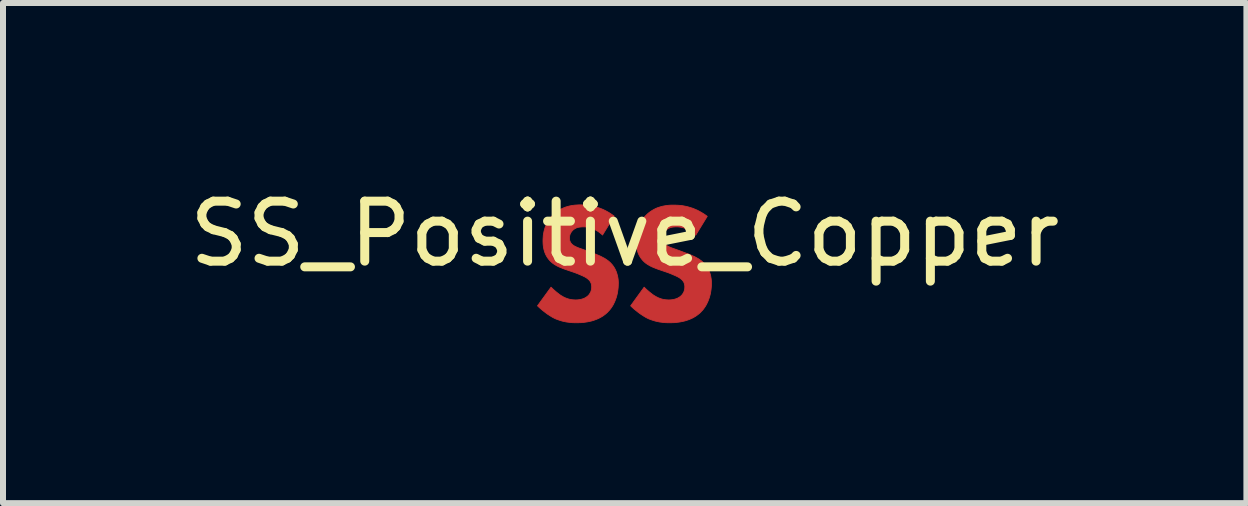
<source format=kicad_pcb>
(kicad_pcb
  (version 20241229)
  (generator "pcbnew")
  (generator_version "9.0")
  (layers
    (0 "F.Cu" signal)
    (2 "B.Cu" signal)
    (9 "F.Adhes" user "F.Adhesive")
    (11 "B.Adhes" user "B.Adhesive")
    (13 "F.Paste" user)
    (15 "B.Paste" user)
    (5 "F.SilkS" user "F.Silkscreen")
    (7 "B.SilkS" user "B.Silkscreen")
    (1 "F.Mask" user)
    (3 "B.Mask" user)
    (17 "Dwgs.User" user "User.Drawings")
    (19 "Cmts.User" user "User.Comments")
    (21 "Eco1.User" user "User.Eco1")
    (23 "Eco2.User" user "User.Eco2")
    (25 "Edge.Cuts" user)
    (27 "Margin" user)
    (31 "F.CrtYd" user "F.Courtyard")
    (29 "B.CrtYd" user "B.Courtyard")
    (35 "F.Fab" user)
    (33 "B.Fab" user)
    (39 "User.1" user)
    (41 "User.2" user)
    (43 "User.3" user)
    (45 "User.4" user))
  (footprint "SS_Positive_Copper"
    (layer "F.Cu")
    (at 7.363 1.348)
    (property "Reference" "SS_Positive_Copper" (at 0 -0.5 0) (unlocked yes) (layer "F.SilkS") (effects (font (size 1 1) (thickness 0.15))))
    (fp_poly (pts (xy -0.681 -0.982) (xy -0.653 -0.98) (xy -0.622 -0.977) (xy -0.591 -0.973) (xy -0.558 -0.968) (xy -0.524 -0.961) (xy -0.488 -0.952) (xy -0.452 -0.941) (xy -0.415 -0.928) (xy -0.376 -0.913) (xy -0.337 -0.895) (xy -0.298 -0.875) (xy -0.258 -0.852) (xy -0.217 -0.825) (xy -0.176 -0.796) (xy -0.37 -0.479) (xy -0.37 -0.482) (xy -0.397 -0.504) (xy -0.422 -0.524) (xy -0.447 -0.542) (xy -0.472 -0.557) (xy -0.495 -0.569) (xy -0.518 -0.58) (xy -0.54 -0.589) (xy -0.561 -0.597) (xy -0.581 -0.603) (xy -0.6 -0.607) (xy -0.618 -0.611) (xy -0.634 -0.613) (xy -0.65 -0.615) (xy -0.664 -0.616) (xy -0.688 -0.616) (xy -0.711 -0.616) (xy -0.723 -0.615) (xy -0.735 -0.614) (xy -0.747 -0.613) (xy -0.759 -0.611) (xy -0.772 -0.609) (xy -0.784 -0.606) (xy -0.796 -0.602) (xy -0.808 -0.598) (xy -0.819 -0.592) (xy -0.83 -0.586) (xy -0.841 -0.579) (xy -0.852 -0.572) (xy -0.857 -0.567) (xy -0.862 -0.563) (xy -0.867 -0.558) (xy -0.871 -0.553) (xy -0.877 -0.547) (xy -0.882 -0.541) (xy -0.886 -0.535) (xy -0.891 -0.529) (xy -0.895 -0.522) (xy -0.899 -0.515) (xy -0.903 -0.508) (xy -0.907 -0.501) (xy -0.91 -0.493) (xy -0.913 -0.485) (xy -0.915 -0.477) (xy -0.917 -0.468) (xy -0.919 -0.46) (xy -0.92 -0.451) (xy -0.921 -0.442) (xy -0.921 -0.433) (xy -0.921 -0.424) (xy -0.92 -0.416) (xy -0.919 -0.408) (xy -0.918 -0.401) (xy -0.917 -0.393) (xy -0.915 -0.386) (xy -0.913 -0.38) (xy -0.91 -0.373) (xy -0.907 -0.367) (xy -0.904 -0.361) (xy -0.901 -0.355) (xy -0.897 -0.349) (xy -0.893 -0.343) (xy -0.888 -0.338) (xy -0.884 -0.332) (xy -0.878 -0.327) (xy -0.87 -0.319) (xy -0.86 -0.312) (xy -0.851 -0.305) (xy -0.84 -0.299) (xy -0.829 -0.293) (xy -0.817 -0.287) (xy -0.804 -0.281) (xy -0.791 -0.275) (xy -0.776 -0.269) (xy -0.761 -0.263) (xy -0.726 -0.251) (xy -0.642 -0.221) (xy -0.501 -0.168) (xy -0.47 -0.156) (xy -0.437 -0.142) (xy -0.403 -0.127) (xy -0.387 -0.119) (xy -0.37 -0.11) (xy -0.353 -0.101) (xy -0.336 -0.092) (xy -0.32 -0.082) (xy -0.304 -0.071) (xy -0.288 -0.06) (xy -0.273 -0.049) (xy -0.258 -0.036) (xy -0.243 -0.023) (xy -0.224 -0.003) (xy -0.206 0.017) (xy -0.19 0.039) (xy -0.176 0.06) (xy -0.163 0.082) (xy -0.152 0.105) (xy -0.142 0.127) (xy -0.134 0.15) (xy -0.127 0.173) (xy -0.121 0.195) (xy -0.116 0.218) (xy -0.112 0.24) (xy -0.109 0.262) (xy -0.107 0.284) (xy -0.106 0.305) (xy -0.106 0.326) (xy -0.107 0.362) (xy -0.109 0.397) (xy -0.113 0.432) (xy -0.118 0.466) (xy -0.124 0.499) (xy -0.132 0.531) (xy -0.141 0.563) (xy -0.152 0.593) (xy -0.163 0.622) (xy -0.176 0.65) (xy -0.189 0.677) (xy -0.204 0.703) (xy -0.22 0.727) (xy -0.236 0.75) (xy -0.254 0.772) (xy -0.272 0.791) (xy -0.287 0.808) (xy -0.304 0.823) (xy -0.32 0.837) (xy -0.337 0.85) (xy -0.354 0.863) (xy -0.372 0.875) (xy -0.408 0.896) (xy -0.444 0.914) (xy -0.481 0.929) (xy -0.517 0.942) (xy -0.554 0.953) (xy -0.59 0.961) (xy -0.625 0.968) (xy -0.66 0.973) (xy -0.692 0.977) (xy -0.724 0.98) (xy -0.753 0.981) (xy -0.804 0.982) (xy -0.829 0.982) (xy -0.854 0.981) (xy -0.878 0.98) (xy -0.903 0.978) (xy -0.926 0.975) (xy -0.95 0.972) (xy -0.973 0.969) (xy -0.997 0.964) (xy -1.02 0.959) (xy -1.043 0.954) (xy -1.065 0.947) (xy -1.088 0.94) (xy -1.111 0.932) (xy -1.133 0.924) (xy -1.156 0.915) (xy -1.178 0.904) (xy -1.196 0.895) (xy -1.215 0.884) (xy -1.233 0.873) (xy -1.252 0.861) (xy -1.27 0.849) (xy -1.289 0.837) (xy -1.325 0.81) (xy -1.361 0.782) (xy -1.394 0.755) (xy -1.425 0.727) (xy -1.454 0.7) (xy -1.228 0.389) (xy -1.208 0.408) (xy -1.187 0.428) (xy -1.164 0.448) (xy -1.141 0.468) (xy -1.117 0.487) (xy -1.094 0.505) (xy -1.083 0.513) (xy -1.072 0.521) (xy -1.062 0.528) (xy -1.051 0.534) (xy -1.037 0.542) (xy -1.024 0.55) (xy -1.01 0.557) (xy -0.996 0.564) (xy -0.981 0.57) (xy -0.967 0.575) (xy -0.953 0.58) (xy -0.938 0.585) (xy -0.924 0.589) (xy -0.909 0.592) (xy -0.894 0.595) (xy -0.879 0.597) (xy -0.863 0.599) (xy -0.847 0.6) (xy -0.831 0.601) (xy -0.815 0.601) (xy -0.804 0.601) (xy -0.793 0.6) (xy -0.781 0.6) (xy -0.769 0.598) (xy -0.757 0.597) (xy -0.744 0.595) (xy -0.732 0.592) (xy -0.719 0.589) (xy -0.706 0.585) (xy -0.693 0.581) (xy -0.68 0.576) (xy -0.667 0.57) (xy -0.654 0.563) (xy -0.642 0.555) (xy -0.63 0.547) (xy -0.617 0.537) (xy -0.611 0.531) (xy -0.604 0.525) (xy -0.598 0.518) (xy -0.592 0.51) (xy -0.586 0.502) (xy -0.581 0.494) (xy -0.576 0.485) (xy -0.571 0.476) (xy -0.566 0.467) (xy -0.562 0.456) (xy -0.559 0.446) (xy -0.557 0.44) (xy -0.556 0.435) (xy -0.555 0.429) (xy -0.554 0.423) (xy -0.553 0.417) (xy -0.552 0.411) (xy -0.551 0.405) (xy -0.551 0.399) (xy -0.551 0.392) (xy -0.55 0.386) (xy -0.551 0.374) (xy -0.552 0.363) (xy -0.553 0.353) (xy -0.555 0.343) (xy -0.557 0.333) (xy -0.56 0.324) (xy -0.564 0.315) (xy -0.568 0.307) (xy -0.572 0.299) (xy -0.577 0.291) (xy -0.582 0.284) (xy -0.588 0.277) (xy -0.594 0.27) (xy -0.6 0.264) (xy -0.607 0.258) (xy -0.614 0.252) (xy -0.624 0.244) (xy -0.635 0.236) (xy -0.648 0.228) (xy -0.661 0.22) (xy -0.676 0.213) (xy -0.691 0.205) (xy -0.722 0.191) (xy -0.753 0.178) (xy -0.783 0.165) (xy -0.833 0.146) (xy -0.988 0.093) (xy -1.022 0.081) (xy -1.056 0.067) (xy -1.091 0.053) (xy -1.108 0.045) (xy -1.125 0.036) (xy -1.142 0.027) (xy -1.159 0.017) (xy -1.175 0.007) (xy -1.191 -0.004) (xy -1.206 -0.015) (xy -1.221 -0.028) (xy -1.235 -0.041) (xy -1.249 -0.055) (xy -1.266 -0.075) (xy -1.282 -0.096) (xy -1.296 -0.117) (xy -1.308 -0.138) (xy -1.319 -0.16) (xy -1.328 -0.181) (xy -1.336 -0.203) (xy -1.342 -0.225) (xy -1.348 -0.246) (xy -1.352 -0.267) (xy -1.356 -0.288) (xy -1.358 -0.308) (xy -1.36 -0.328) (xy -1.361 -0.347) (xy -1.362 -0.383) (xy -1.361 -0.415) (xy -1.359 -0.445) (xy -1.357 -0.476) (xy -1.352 -0.505) (xy -1.347 -0.534) (xy -1.34 -0.562) (xy -1.332 -0.59) (xy -1.323 -0.617) (xy -1.312 -0.643) (xy -1.3 -0.669) (xy -1.287 -0.694) (xy -1.273 -0.718) (xy -1.256 -0.742) (xy -1.239 -0.765) (xy -1.22 -0.788) (xy -1.2 -0.81) (xy -1.174 -0.834) (xy -1.148 -0.856) (xy -1.122 -0.876) (xy -1.095 -0.894) (xy -1.068 -0.91) (xy -1.04 -0.924) (xy -1.011 -0.936) (xy -0.983 -0.947) (xy -0.953 -0.956) (xy -0.923 -0.964) (xy -0.893 -0.97) (xy -0.862 -0.975) (xy -0.831 -0.979) (xy -0.799 -0.981) (xy -0.767 -0.983) (xy -0.734 -0.983)) (stroke (width 0.013) (type solid)) (fill yes) (layer "F.Cu"))
    (fp_poly (pts (xy 0.871 -0.978) (xy 0.9 -0.976) (xy 0.93 -0.974) (xy 0.961 -0.97) (xy 0.994 -0.964) (xy 1.029 -0.957) (xy 1.064 -0.948) (xy 1.1 -0.937) (xy 1.138 -0.925) (xy 1.176 -0.909) (xy 1.215 -0.892) (xy 1.254 -0.871) (xy 1.294 -0.848) (xy 1.335 -0.822) (xy 1.376 -0.792) (xy 1.182 -0.475) (xy 1.182 -0.482) (xy 1.156 -0.504) (xy 1.13 -0.524) (xy 1.105 -0.542) (xy 1.081 -0.557) (xy 1.057 -0.569) (xy 1.034 -0.58) (xy 1.012 -0.589) (xy 0.991 -0.597) (xy 0.971 -0.603) (xy 0.952 -0.607) (xy 0.934 -0.611) (xy 0.918 -0.613) (xy 0.902 -0.615) (xy 0.888 -0.616) (xy 0.864 -0.616) (xy 0.841 -0.616) (xy 0.829 -0.615) (xy 0.817 -0.614) (xy 0.805 -0.613) (xy 0.793 -0.611) (xy 0.781 -0.609) (xy 0.769 -0.606) (xy 0.757 -0.602) (xy 0.745 -0.598) (xy 0.733 -0.592) (xy 0.722 -0.586) (xy 0.711 -0.579) (xy 0.7 -0.572) (xy 0.695 -0.567) (xy 0.69 -0.563) (xy 0.685 -0.558) (xy 0.681 -0.553) (xy 0.676 -0.547) (xy 0.671 -0.541) (xy 0.666 -0.535) (xy 0.661 -0.529) (xy 0.657 -0.522) (xy 0.653 -0.515) (xy 0.649 -0.508) (xy 0.645 -0.501) (xy 0.642 -0.493) (xy 0.64 -0.485) (xy 0.637 -0.477) (xy 0.635 -0.468) (xy 0.634 -0.46) (xy 0.632 -0.451) (xy 0.632 -0.442) (xy 0.631 -0.433) (xy 0.632 -0.424) (xy 0.632 -0.416) (xy 0.633 -0.408) (xy 0.634 -0.401) (xy 0.636 -0.393) (xy 0.637 -0.386) (xy 0.639 -0.38) (xy 0.642 -0.373) (xy 0.645 -0.367) (xy 0.648 -0.361) (xy 0.651 -0.355) (xy 0.655 -0.349) (xy 0.659 -0.343) (xy 0.664 -0.338) (xy 0.669 -0.332) (xy 0.674 -0.327) (xy 0.683 -0.319) (xy 0.692 -0.312) (xy 0.702 -0.305) (xy 0.712 -0.299) (xy 0.723 -0.293) (xy 0.735 -0.287) (xy 0.748 -0.281) (xy 0.761 -0.275) (xy 0.776 -0.269) (xy 0.792 -0.263) (xy 0.826 -0.251) (xy 0.91 -0.221) (xy 1.051 -0.168) (xy 1.083 -0.156) (xy 1.115 -0.142) (xy 1.149 -0.127) (xy 1.166 -0.119) (xy 1.183 -0.11) (xy 1.199 -0.101) (xy 1.216 -0.092) (xy 1.233 -0.082) (xy 1.249 -0.071) (xy 1.264 -0.06) (xy 1.28 -0.049) (xy 1.295 -0.036) (xy 1.309 -0.023) (xy 1.328 -0.003) (xy 1.346 0.017) (xy 1.362 0.039) (xy 1.376 0.06) (xy 1.389 0.082) (xy 1.4 0.105) (xy 1.41 0.127) (xy 1.419 0.15) (xy 1.426 0.173) (xy 1.432 0.195) (xy 1.436 0.218) (xy 1.44 0.24) (xy 1.443 0.262) (xy 1.445 0.284) (xy 1.446 0.305) (xy 1.446 0.326) (xy 1.446 0.362) (xy 1.443 0.397) (xy 1.439 0.432) (xy 1.434 0.466) (xy 1.428 0.499) (xy 1.42 0.531) (xy 1.411 0.563) (xy 1.4 0.593) (xy 1.389 0.622) (xy 1.376 0.65) (xy 1.363 0.677) (xy 1.348 0.703) (xy 1.332 0.727) (xy 1.316 0.75) (xy 1.299 0.772) (xy 1.28 0.791) (xy 1.265 0.808) (xy 1.249 0.823) (xy 1.232 0.837) (xy 1.215 0.85) (xy 1.198 0.863) (xy 1.18 0.875) (xy 1.145 0.896) (xy 1.108 0.914) (xy 1.072 0.929) (xy 1.035 0.942) (xy 0.998 0.953) (xy 0.962 0.961) (xy 0.927 0.968) (xy 0.893 0.973) (xy 0.86 0.977) (xy 0.829 0.98) (xy 0.799 0.981) (xy 0.748 0.982) (xy 0.723 0.982) (xy 0.698 0.981) (xy 0.674 0.98) (xy 0.65 0.978) (xy 0.626 0.975) (xy 0.602 0.972) (xy 0.579 0.969) (xy 0.556 0.964) (xy 0.532 0.959) (xy 0.51 0.954) (xy 0.487 0.947) (xy 0.464 0.94) (xy 0.441 0.932) (xy 0.419 0.924) (xy 0.396 0.915) (xy 0.374 0.904) (xy 0.356 0.895) (xy 0.338 0.884) (xy 0.319 0.873) (xy 0.301 0.861) (xy 0.282 0.849) (xy 0.264 0.837) (xy 0.227 0.81) (xy 0.192 0.782) (xy 0.158 0.755) (xy 0.127 0.727) (xy 0.099 0.7) (xy 0.324 0.389) (xy 0.344 0.408) (xy 0.365 0.428) (xy 0.388 0.448) (xy 0.411 0.468) (xy 0.435 0.487) (xy 0.458 0.505) (xy 0.469 0.513) (xy 0.48 0.521) (xy 0.491 0.528) (xy 0.501 0.534) (xy 0.515 0.542) (xy 0.529 0.55) (xy 0.543 0.557) (xy 0.557 0.564) (xy 0.571 0.57) (xy 0.585 0.575) (xy 0.599 0.58) (xy 0.614 0.585) (xy 0.628 0.589) (xy 0.643 0.592) (xy 0.658 0.595) (xy 0.674 0.597) (xy 0.689 0.599) (xy 0.705 0.6) (xy 0.721 0.601) (xy 0.737 0.601) (xy 0.748 0.601) (xy 0.759 0.6) (xy 0.771 0.6) (xy 0.783 0.598) (xy 0.795 0.597) (xy 0.808 0.595) (xy 0.821 0.592) (xy 0.833 0.589) (xy 0.846 0.585) (xy 0.859 0.581) (xy 0.872 0.576) (xy 0.885 0.57) (xy 0.898 0.563) (xy 0.91 0.555) (xy 0.923 0.547) (xy 0.935 0.537) (xy 0.941 0.531) (xy 0.948 0.525) (xy 0.954 0.518) (xy 0.96 0.51) (xy 0.966 0.502) (xy 0.971 0.494) (xy 0.977 0.485) (xy 0.982 0.476) (xy 0.986 0.467) (xy 0.99 0.456) (xy 0.993 0.446) (xy 0.995 0.44) (xy 0.996 0.435) (xy 0.998 0.429) (xy 0.999 0.423) (xy 1 0.417) (xy 1 0.411) (xy 1.001 0.405) (xy 1.001 0.399) (xy 1.002 0.392) (xy 1.002 0.386) (xy 1.002 0.374) (xy 1.001 0.363) (xy 0.999 0.353) (xy 0.997 0.343) (xy 0.995 0.333) (xy 0.992 0.324) (xy 0.989 0.315) (xy 0.985 0.307) (xy 0.98 0.299) (xy 0.975 0.291) (xy 0.97 0.284) (xy 0.965 0.277) (xy 0.959 0.27) (xy 0.952 0.264) (xy 0.945 0.258) (xy 0.938 0.252) (xy 0.928 0.244) (xy 0.917 0.236) (xy 0.904 0.228) (xy 0.891 0.22) (xy 0.876 0.213) (xy 0.861 0.205) (xy 0.83 0.191) (xy 0.799 0.178) (xy 0.769 0.165) (xy 0.72 0.146) (xy 0.564 0.093) (xy 0.531 0.081) (xy 0.496 0.067) (xy 0.462 0.053) (xy 0.444 0.045) (xy 0.427 0.036) (xy 0.41 0.027) (xy 0.394 0.017) (xy 0.377 0.007) (xy 0.361 -0.004) (xy 0.346 -0.015) (xy 0.331 -0.028) (xy 0.317 -0.041) (xy 0.303 -0.055) (xy 0.286 -0.075) (xy 0.27 -0.096) (xy 0.256 -0.117) (xy 0.244 -0.138) (xy 0.233 -0.16) (xy 0.224 -0.181) (xy 0.216 -0.203) (xy 0.21 -0.225) (xy 0.204 -0.246) (xy 0.2 -0.267) (xy 0.197 -0.288) (xy 0.194 -0.308) (xy 0.192 -0.328) (xy 0.191 -0.347) (xy 0.19 -0.383) (xy 0.191 -0.414) (xy 0.193 -0.444) (xy 0.196 -0.474) (xy 0.2 -0.503) (xy 0.205 -0.531) (xy 0.212 -0.559) (xy 0.22 -0.587) (xy 0.229 -0.613) (xy 0.24 -0.64) (xy 0.252 -0.665) (xy 0.265 -0.69) (xy 0.28 -0.715) (xy 0.296 -0.739) (xy 0.313 -0.762) (xy 0.332 -0.784) (xy 0.353 -0.807) (xy 0.378 -0.831) (xy 0.404 -0.853) (xy 0.43 -0.872) (xy 0.457 -0.89) (xy 0.485 -0.906) (xy 0.512 -0.92) (xy 0.541 -0.933) (xy 0.57 -0.943) (xy 0.599 -0.952) (xy 0.629 -0.96) (xy 0.659 -0.966) (xy 0.69 -0.971) (xy 0.721 -0.975) (xy 0.753 -0.978) (xy 0.786 -0.979) (xy 0.818 -0.979)) (stroke (width 0.013) (type solid)) (fill yes) (layer "F.Cu")))
  (gr_rect
    (start -3 -3)
    (end 17.726 5.337)
    (stroke (width 0.1) (type default))
    (fill no)
    (layer "Edge.Cuts")))
</source>
